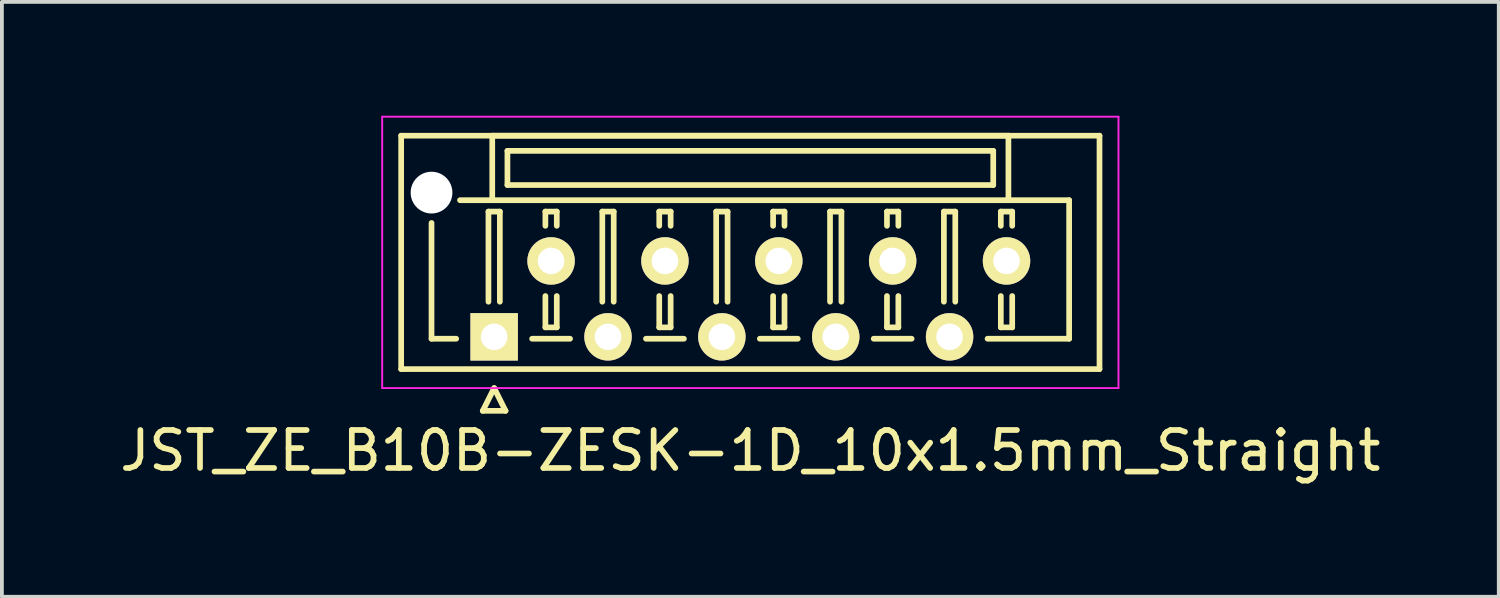
<source format=kicad_pcb>
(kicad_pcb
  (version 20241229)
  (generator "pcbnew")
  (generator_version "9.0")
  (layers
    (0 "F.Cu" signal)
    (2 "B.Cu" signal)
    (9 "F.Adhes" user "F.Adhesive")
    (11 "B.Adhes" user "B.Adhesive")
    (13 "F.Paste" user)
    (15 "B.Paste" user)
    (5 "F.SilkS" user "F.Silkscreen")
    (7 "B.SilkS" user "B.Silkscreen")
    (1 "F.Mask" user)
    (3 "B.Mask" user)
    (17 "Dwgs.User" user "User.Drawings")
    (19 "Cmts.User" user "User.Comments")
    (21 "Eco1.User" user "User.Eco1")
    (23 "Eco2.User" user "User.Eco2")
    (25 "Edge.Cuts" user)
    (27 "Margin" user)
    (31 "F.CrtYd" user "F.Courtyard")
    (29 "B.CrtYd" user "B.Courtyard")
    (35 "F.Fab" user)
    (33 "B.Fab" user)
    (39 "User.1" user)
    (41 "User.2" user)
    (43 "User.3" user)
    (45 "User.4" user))
  (footprint "JST_ZE_B10B-ZESK-1D_10x1.5mm_Straight"
    (layer "F.Cu")
    (at 9.97 5.825)
    (property "Reference" "JST_ZE_B10B-ZESK-1D_10x1.5mm_Straight" (at 6.75 3 0) (layer "F.SilkS") (effects (font (size 1 1) (thickness 0.15))))
    (attr through_hole)
    (fp_line (start -2.45 -5.3) (end -2.45 0.85) (stroke (width 0.15) (type solid)) (layer "F.SilkS"))
    (fp_line (start -2.45 0.85) (end 15.95 0.85) (stroke (width 0.15) (type solid)) (layer "F.SilkS"))
    (fp_line (start -1.65 -3) (end -1.65 0.05) (stroke (width 0.15) (type solid)) (layer "F.SilkS"))
    (fp_line (start -1.65 0.05) (end -1 0.05) (stroke (width 0.15) (type solid)) (layer "F.SilkS"))
    (fp_line (start -0.3 1.95) (end 0 1.35) (stroke (width 0.15) (type solid)) (layer "F.SilkS"))
    (fp_line (start -0.15 -3.3) (end 0.15 -3.3) (stroke (width 0.15) (type solid)) (layer "F.SilkS"))
    (fp_line (start -0.15 -0.925) (end -0.15 -3.3) (stroke (width 0.15) (type solid)) (layer "F.SilkS"))
    (fp_line (start -0.05 -5.3) (end -0.05 -3.6) (stroke (width 0.15) (type solid)) (layer "F.SilkS"))
    (fp_line (start -0.05 -3.6) (end -0.9 -3.6) (stroke (width 0.15) (type solid)) (layer "F.SilkS"))
    (fp_line (start -0.05 -3.6) (end 13.55 -3.6) (stroke (width 0.15) (type solid)) (layer "F.SilkS"))
    (fp_line (start 0 1.35) (end 0.3 1.95) (stroke (width 0.15) (type solid)) (layer "F.SilkS"))
    (fp_line (start 0.15 -3.3) (end 0.15 -0.925) (stroke (width 0.15) (type solid)) (layer "F.SilkS"))
    (fp_line (start 0.3 1.95) (end -0.3 1.95) (stroke (width 0.15) (type solid)) (layer "F.SilkS"))
    (fp_line (start 0.35 -4.9) (end 0.35 -4) (stroke (width 0.15) (type solid)) (layer "F.SilkS"))
    (fp_line (start 0.35 -4) (end 13.15 -4) (stroke (width 0.15) (type solid)) (layer "F.SilkS"))
    (fp_line (start 1 0.05) (end 2 0.05) (stroke (width 0.15) (type solid)) (layer "F.SilkS"))
    (fp_line (start 1.35 -3.3) (end 1.65 -3.3) (stroke (width 0.15) (type solid)) (layer "F.SilkS"))
    (fp_line (start 1.35 -2.925) (end 1.35 -3.3) (stroke (width 0.15) (type solid)) (layer "F.SilkS"))
    (fp_line (start 1.35 -1.075) (end 1.35 -0.25) (stroke (width 0.15) (type solid)) (layer "F.SilkS"))
    (fp_line (start 1.35 -0.25) (end 1.65 -0.25) (stroke (width 0.15) (type solid)) (layer "F.SilkS"))
    (fp_line (start 1.65 -3.3) (end 1.65 -2.925) (stroke (width 0.15) (type solid)) (layer "F.SilkS"))
    (fp_line (start 1.65 -0.25) (end 1.65 -1.075) (stroke (width 0.15) (type solid)) (layer "F.SilkS"))
    (fp_line (start 2.85 -3.3) (end 3.15 -3.3) (stroke (width 0.15) (type solid)) (layer "F.SilkS"))
    (fp_line (start 2.85 -0.925) (end 2.85 -3.3) (stroke (width 0.15) (type solid)) (layer "F.SilkS"))
    (fp_line (start 3.15 -3.3) (end 3.15 -0.925) (stroke (width 0.15) (type solid)) (layer "F.SilkS"))
    (fp_line (start 4 0.05) (end 5 0.05) (stroke (width 0.15) (type solid)) (layer "F.SilkS"))
    (fp_line (start 4.35 -3.3) (end 4.65 -3.3) (stroke (width 0.15) (type solid)) (layer "F.SilkS"))
    (fp_line (start 4.35 -2.925) (end 4.35 -3.3) (stroke (width 0.15) (type solid)) (layer "F.SilkS"))
    (fp_line (start 4.35 -1.075) (end 4.35 -0.25) (stroke (width 0.15) (type solid)) (layer "F.SilkS"))
    (fp_line (start 4.35 -0.25) (end 4.65 -0.25) (stroke (width 0.15) (type solid)) (layer "F.SilkS"))
    (fp_line (start 4.65 -3.3) (end 4.65 -2.925) (stroke (width 0.15) (type solid)) (layer "F.SilkS"))
    (fp_line (start 4.65 -0.25) (end 4.65 -1.075) (stroke (width 0.15) (type solid)) (layer "F.SilkS"))
    (fp_line (start 5.85 -3.3) (end 6.15 -3.3) (stroke (width 0.15) (type solid)) (layer "F.SilkS"))
    (fp_line (start 5.85 -0.925) (end 5.85 -3.3) (stroke (width 0.15) (type solid)) (layer "F.SilkS"))
    (fp_line (start 6.15 -3.3) (end 6.15 -0.925) (stroke (width 0.15) (type solid)) (layer "F.SilkS"))
    (fp_line (start 7 0.05) (end 8 0.05) (stroke (width 0.15) (type solid)) (layer "F.SilkS"))
    (fp_line (start 7.35 -3.3) (end 7.65 -3.3) (stroke (width 0.15) (type solid)) (layer "F.SilkS"))
    (fp_line (start 7.35 -2.925) (end 7.35 -3.3) (stroke (width 0.15) (type solid)) (layer "F.SilkS"))
    (fp_line (start 7.35 -1.075) (end 7.35 -0.25) (stroke (width 0.15) (type solid)) (layer "F.SilkS"))
    (fp_line (start 7.35 -0.25) (end 7.65 -0.25) (stroke (width 0.15) (type solid)) (layer "F.SilkS"))
    (fp_line (start 7.65 -3.3) (end 7.65 -2.925) (stroke (width 0.15) (type solid)) (layer "F.SilkS"))
    (fp_line (start 7.65 -0.25) (end 7.65 -1.075) (stroke (width 0.15) (type solid)) (layer "F.SilkS"))
    (fp_line (start 8.85 -3.3) (end 9.15 -3.3) (stroke (width 0.15) (type solid)) (layer "F.SilkS"))
    (fp_line (start 8.85 -0.925) (end 8.85 -3.3) (stroke (width 0.15) (type solid)) (layer "F.SilkS"))
    (fp_line (start 9.15 -3.3) (end 9.15 -0.925) (stroke (width 0.15) (type solid)) (layer "F.SilkS"))
    (fp_line (start 10 0.05) (end 11 0.05) (stroke (width 0.15) (type solid)) (layer "F.SilkS"))
    (fp_line (start 10.35 -3.3) (end 10.65 -3.3) (stroke (width 0.15) (type solid)) (layer "F.SilkS"))
    (fp_line (start 10.35 -2.925) (end 10.35 -3.3) (stroke (width 0.15) (type solid)) (layer "F.SilkS"))
    (fp_line (start 10.35 -1.075) (end 10.35 -0.25) (stroke (width 0.15) (type solid)) (layer "F.SilkS"))
    (fp_line (start 10.35 -0.25) (end 10.65 -0.25) (stroke (width 0.15) (type solid)) (layer "F.SilkS"))
    (fp_line (start 10.65 -3.3) (end 10.65 -2.925) (stroke (width 0.15) (type solid)) (layer "F.SilkS"))
    (fp_line (start 10.65 -0.25) (end 10.65 -1.075) (stroke (width 0.15) (type solid)) (layer "F.SilkS"))
    (fp_line (start 11.85 -3.3) (end 12.15 -3.3) (stroke (width 0.15) (type solid)) (layer "F.SilkS"))
    (fp_line (start 11.85 -0.925) (end 11.85 -3.3) (stroke (width 0.15) (type solid)) (layer "F.SilkS"))
    (fp_line (start 12.15 -3.3) (end 12.15 -0.925) (stroke (width 0.15) (type solid)) (layer "F.SilkS"))
    (fp_line (start 13.15 -4.9) (end 0.35 -4.9) (stroke (width 0.15) (type solid)) (layer "F.SilkS"))
    (fp_line (start 13.15 -4) (end 13.15 -4.9) (stroke (width 0.15) (type solid)) (layer "F.SilkS"))
    (fp_line (start 13.35 -3.3) (end 13.65 -3.3) (stroke (width 0.15) (type solid)) (layer "F.SilkS"))
    (fp_line (start 13.35 -2.925) (end 13.35 -3.3) (stroke (width 0.15) (type solid)) (layer "F.SilkS"))
    (fp_line (start 13.35 -1.075) (end 13.35 -0.25) (stroke (width 0.15) (type solid)) (layer "F.SilkS"))
    (fp_line (start 13.35 -0.25) (end 13.65 -0.25) (stroke (width 0.15) (type solid)) (layer "F.SilkS"))
    (fp_line (start 13.55 -5.3) (end -0.05 -5.3) (stroke (width 0.15) (type solid)) (layer "F.SilkS"))
    (fp_line (start 13.55 -3.6) (end 13.55 -5.3) (stroke (width 0.15) (type solid)) (layer "F.SilkS"))
    (fp_line (start 13.55 -3.6) (end 15.15 -3.6) (stroke (width 0.15) (type solid)) (layer "F.SilkS"))
    (fp_line (start 13.65 -3.3) (end 13.65 -2.925) (stroke (width 0.15) (type solid)) (layer "F.SilkS"))
    (fp_line (start 13.65 -0.25) (end 13.65 -1.075) (stroke (width 0.15) (type solid)) (layer "F.SilkS"))
    (fp_line (start 15.15 -3.6) (end 15.15 0.05) (stroke (width 0.15) (type solid)) (layer "F.SilkS"))
    (fp_line (start 15.15 0.05) (end 13 0.05) (stroke (width 0.15) (type solid)) (layer "F.SilkS"))
    (fp_line (start 15.95 -5.3) (end -2.45 -5.3) (stroke (width 0.15) (type solid)) (layer "F.SilkS"))
    (fp_line (start 15.95 0.85) (end 15.95 -5.3) (stroke (width 0.15) (type solid)) (layer "F.SilkS"))
    (fp_line (start -2.95 -5.8) (end -2.95 1.35) (stroke (width 0.05) (type solid)) (layer "F.CrtYd"))
    (fp_line (start -2.95 1.35) (end 16.45 1.35) (stroke (width 0.05) (type solid)) (layer "F.CrtYd"))
    (fp_line (start 16.45 -5.8) (end -2.95 -5.8) (stroke (width 0.05) (type solid)) (layer "F.CrtYd"))
    (fp_line (start 16.45 1.35) (end 16.45 -5.8) (stroke (width 0.05) (type solid)) (layer "F.CrtYd"))
    (pad "" np_thru_hole circle (at -1.65 -3.8) (size 1.1 1.1) (drill 1.1) (layers "*.Cu"))
    (pad "1" thru_hole rect (at 0 0) (size 1.25 1.25) (drill 0.7) (layers "*.Cu" "*.Mask" "F.SilkS"))
    (pad "2" thru_hole circle (at 1.5 -2) (size 1.25 1.25) (drill 0.7) (layers "*.Cu" "*.Mask" "F.SilkS"))
    (pad "3" thru_hole circle (at 3 0) (size 1.25 1.25) (drill 0.7) (layers "*.Cu" "*.Mask" "F.SilkS"))
    (pad "4" thru_hole circle (at 4.5 -2) (size 1.25 1.25) (drill 0.7) (layers "*.Cu" "*.Mask" "F.SilkS"))
    (pad "5" thru_hole circle (at 6 0) (size 1.25 1.25) (drill 0.7) (layers "*.Cu" "*.Mask" "F.SilkS"))
    (pad "6" thru_hole circle (at 7.5 -2) (size 1.25 1.25) (drill 0.7) (layers "*.Cu" "*.Mask" "F.SilkS"))
    (pad "7" thru_hole circle (at 9 0) (size 1.25 1.25) (drill 0.7) (layers "*.Cu" "*.Mask" "F.SilkS"))
    (pad "8" thru_hole circle (at 10.5 -2) (size 1.25 1.25) (drill 0.7) (layers "*.Cu" "*.Mask" "F.SilkS"))
    (pad "9" thru_hole circle (at 12 0) (size 1.25 1.25) (drill 0.7) (layers "*.Cu" "*.Mask" "F.SilkS"))
    (pad "10" thru_hole circle (at 13.5 -2) (size 1.25 1.25) (drill 0.7) (layers "*.Cu" "*.Mask" "F.SilkS")))
  (gr_rect
    (start -3 -3)
    (end 36.44 12.673)
    (stroke (width 0.1) (type default))
    (fill no)
    (layer "Edge.Cuts")))
</source>
